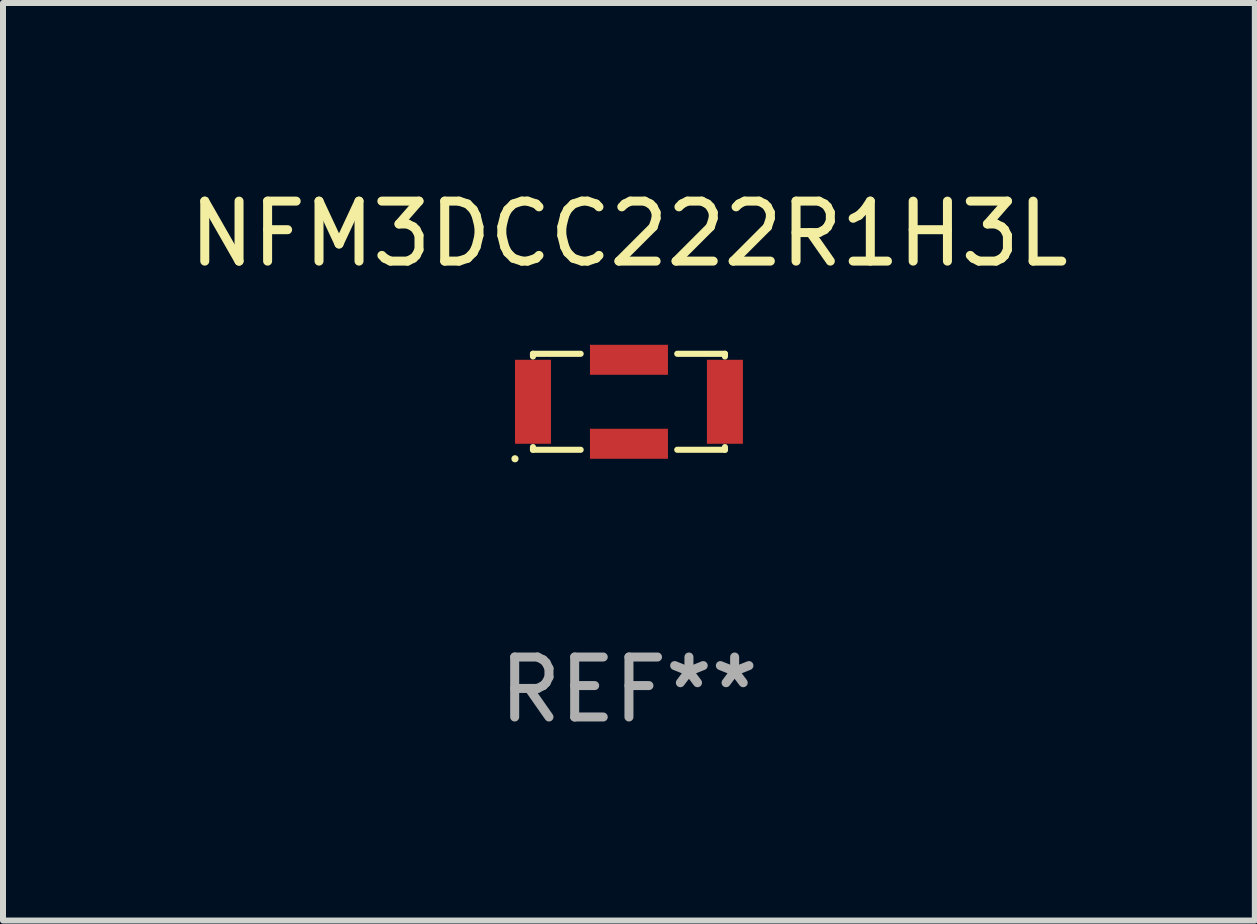
<source format=kicad_pcb>
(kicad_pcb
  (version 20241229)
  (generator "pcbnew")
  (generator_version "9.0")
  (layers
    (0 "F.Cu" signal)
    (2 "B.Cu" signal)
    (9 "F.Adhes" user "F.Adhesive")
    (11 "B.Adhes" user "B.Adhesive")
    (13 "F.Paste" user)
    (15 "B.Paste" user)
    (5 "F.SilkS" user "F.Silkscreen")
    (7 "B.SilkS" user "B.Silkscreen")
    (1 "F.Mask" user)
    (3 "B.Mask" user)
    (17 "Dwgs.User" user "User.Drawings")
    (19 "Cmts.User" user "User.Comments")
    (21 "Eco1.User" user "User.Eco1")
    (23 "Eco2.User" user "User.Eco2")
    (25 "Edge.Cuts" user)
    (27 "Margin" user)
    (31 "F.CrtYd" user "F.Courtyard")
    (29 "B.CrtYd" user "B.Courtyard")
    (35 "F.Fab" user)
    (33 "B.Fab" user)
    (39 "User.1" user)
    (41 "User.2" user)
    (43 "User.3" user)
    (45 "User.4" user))
  (footprint "NFM3DCC222R1H3L"
    (layer "F.Cu")
    (at 7.435 3.648)
    (property "Reference" "NFM3DCC222R1H3L" (at 0 -2.8 0) (layer "F.SilkS") (effects (font (size 1 1) (thickness 0.15))))
    (attr through_hole)
    (fp_line (start -1.6 -0.8) (end -0.805 -0.8) (stroke (width 0.102) (type solid)) (layer "F.SilkS"))
    (fp_line (start -1.6 -0.755) (end -1.6 -0.8) (stroke (width 0.102) (type solid)) (layer "F.SilkS"))
    (fp_line (start -1.6 0.8) (end -1.6 0.755) (stroke (width 0.102) (type solid)) (layer "F.SilkS"))
    (fp_line (start -0.805 0.8) (end -1.6 0.8) (stroke (width 0.102) (type solid)) (layer "F.SilkS"))
    (fp_line (start 0.805 -0.8) (end 1.6 -0.8) (stroke (width 0.102) (type solid)) (layer "F.SilkS"))
    (fp_line (start 1.6 -0.8) (end 1.6 -0.755) (stroke (width 0.102) (type solid)) (layer "F.SilkS"))
    (fp_line (start 1.6 0.755) (end 1.6 0.8) (stroke (width 0.102) (type solid)) (layer "F.SilkS"))
    (fp_line (start 1.6 0.8) (end 0.805 0.8) (stroke (width 0.102) (type solid)) (layer "F.SilkS"))
    (fp_circle (center -1.9 0.95) (end -1.87 0.95) (stroke (width 0.06) (type solid)) (fill no) (layer "F.SilkS"))
    (fp_text user "REF**" (at 0 4.8 0) (layer "F.Fab") (effects (font (size 1 1) (thickness 0.15))))
    (pad "1" smd rect (at -1.6 0 270) (size 1.4 0.6) (layers "F.Cu" "F.Mask" "F.Paste"))
    (pad "2" smd rect (at 0.000127 -0.7) (size 1.3 0.5) (layers "F.Cu" "F.Mask" "F.Paste"))
    (pad "2" smd rect (at 0.000127 0.7) (size 1.3 0.5) (layers "F.Cu" "F.Mask" "F.Paste"))
    (pad "3" smd rect (at 1.6 0 270) (size 1.4 0.6) (layers "F.Cu" "F.Mask" "F.Paste")))
  (gr_rect
    (start -3 -3)
    (end 17.869 12.296)
    (stroke (width 0.1) (type default))
    (fill no)
    (layer "Edge.Cuts")))
</source>
